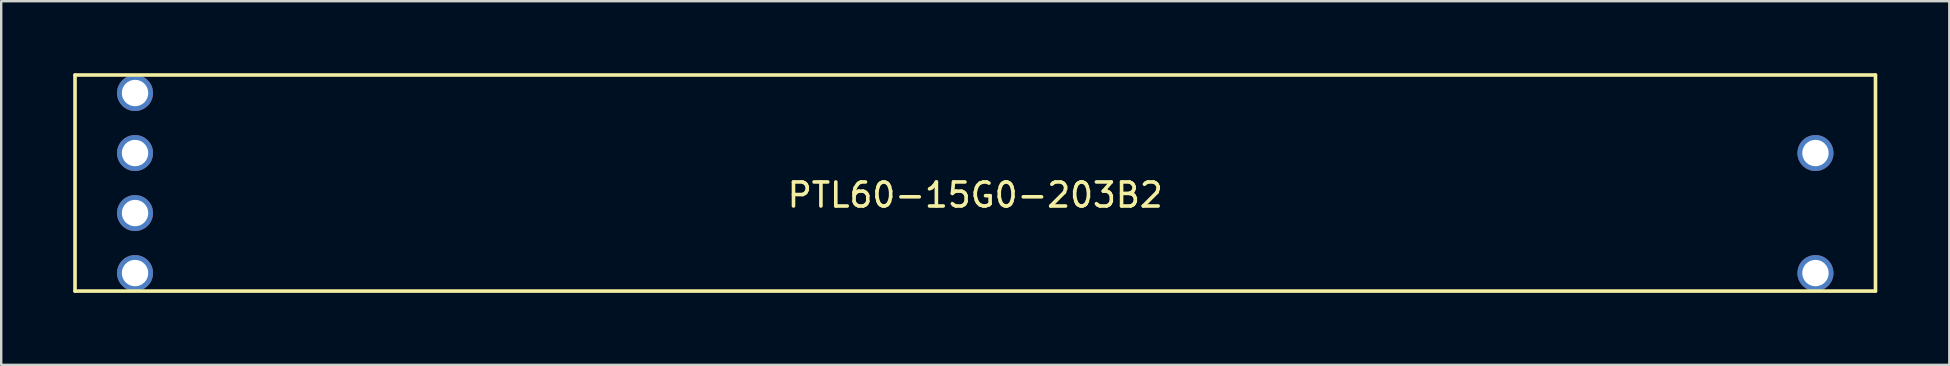
<source format=kicad_pcb>
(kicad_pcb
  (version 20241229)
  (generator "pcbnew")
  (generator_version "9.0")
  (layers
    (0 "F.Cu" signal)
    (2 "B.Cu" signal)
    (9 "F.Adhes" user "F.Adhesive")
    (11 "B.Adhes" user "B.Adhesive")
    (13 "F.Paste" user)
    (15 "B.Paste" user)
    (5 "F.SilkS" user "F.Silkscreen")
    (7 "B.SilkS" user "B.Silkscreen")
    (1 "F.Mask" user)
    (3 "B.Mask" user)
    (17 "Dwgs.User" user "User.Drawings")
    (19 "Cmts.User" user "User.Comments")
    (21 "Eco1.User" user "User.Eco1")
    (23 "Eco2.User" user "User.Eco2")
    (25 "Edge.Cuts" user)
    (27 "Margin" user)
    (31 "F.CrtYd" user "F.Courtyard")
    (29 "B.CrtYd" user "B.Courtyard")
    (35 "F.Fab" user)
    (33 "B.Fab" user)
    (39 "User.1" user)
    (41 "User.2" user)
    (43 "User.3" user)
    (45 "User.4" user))
  (footprint "PTL60-15G0-203B2"
    (layer "F.Cu")
    (at 37.575 4.575)
    (property "Reference" "PTL60-15G0-203B2" (at 0 0.5 0) (layer "F.SilkS") (effects (font (size 1 1) (thickness 0.15))))
    (attr through_hole)
    (fp_line (start -37.5 -4.5) (end -37.5 4.5) (stroke (width 0.15) (type solid)) (layer "F.SilkS"))
    (fp_line (start -37.5 -4.5) (end 37.5 -4.5) (stroke (width 0.15) (type solid)) (layer "F.SilkS"))
    (fp_line (start -37.5 4.5) (end 37.5 4.5) (stroke (width 0.15) (type solid)) (layer "F.SilkS"))
    (fp_line (start 37.5 -4.5) (end 37.5 4.5) (stroke (width 0.15) (type solid)) (layer "F.SilkS"))
    (pad "1" thru_hole circle (at -35 -1.25) (size 1.5 1.5) (drill 1.1) (layers "*.Cu" "*.Mask"))
    (pad "2" thru_hole circle (at -35 -3.75) (size 1.5 1.5) (drill 1.1) (layers "*.Cu" "*.Mask"))
    (pad "3" thru_hole circle (at 35 -1.25) (size 1.5 1.5) (drill 1.1) (layers "*.Cu" "*.Mask"))
    (pad "4" thru_hole circle (at -35 1.25) (size 1.5 1.5) (drill 1.1) (layers "*.Cu" "*.Mask"))
    (pad "5" thru_hole circle (at 35 3.75) (size 1.5 1.5) (drill 1.1) (layers "*.Cu" "*.Mask"))
    (pad "6" thru_hole circle (at -35 3.75) (size 1.5 1.5) (drill 1.1) (layers "*.Cu" "*.Mask")))
  (gr_rect
    (start -3 -3)
    (end 78.15 12.15)
    (stroke (width 0.1) (type default))
    (fill no)
    (layer "Edge.Cuts")))
</source>
